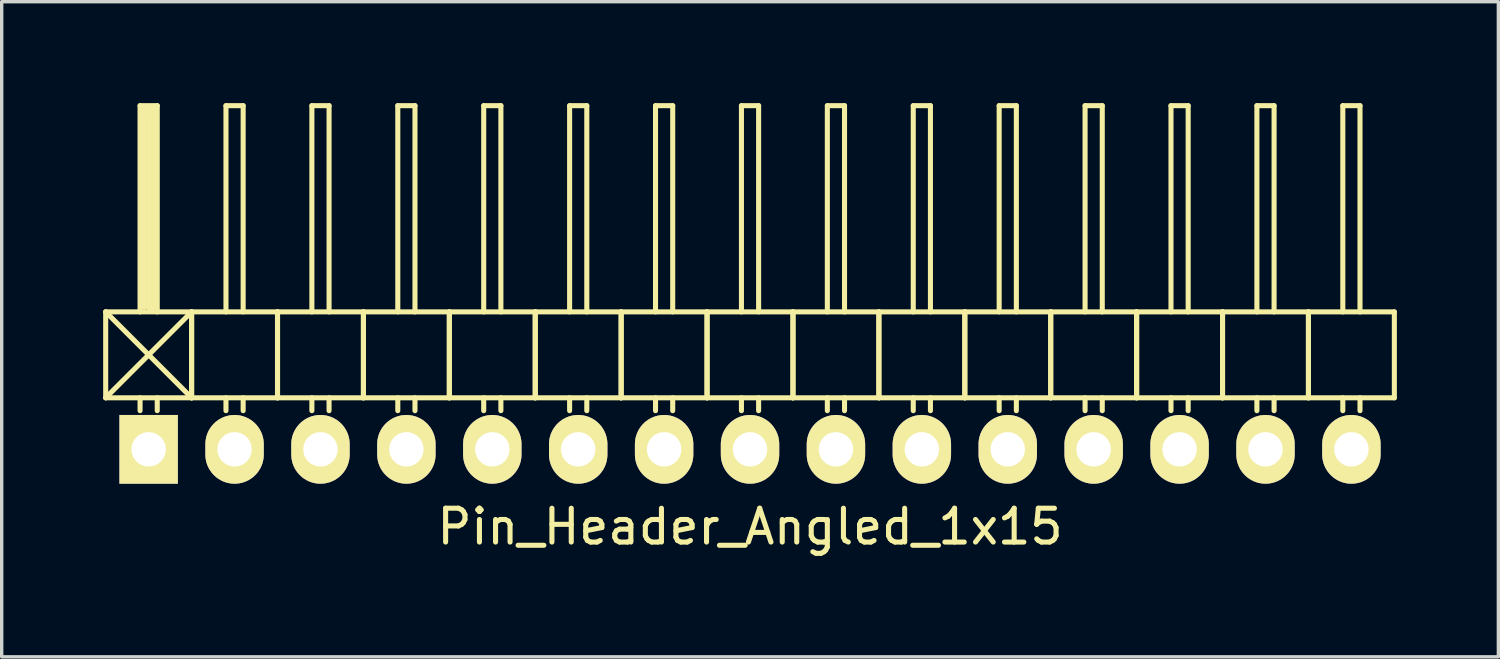
<source format=kicad_pcb>
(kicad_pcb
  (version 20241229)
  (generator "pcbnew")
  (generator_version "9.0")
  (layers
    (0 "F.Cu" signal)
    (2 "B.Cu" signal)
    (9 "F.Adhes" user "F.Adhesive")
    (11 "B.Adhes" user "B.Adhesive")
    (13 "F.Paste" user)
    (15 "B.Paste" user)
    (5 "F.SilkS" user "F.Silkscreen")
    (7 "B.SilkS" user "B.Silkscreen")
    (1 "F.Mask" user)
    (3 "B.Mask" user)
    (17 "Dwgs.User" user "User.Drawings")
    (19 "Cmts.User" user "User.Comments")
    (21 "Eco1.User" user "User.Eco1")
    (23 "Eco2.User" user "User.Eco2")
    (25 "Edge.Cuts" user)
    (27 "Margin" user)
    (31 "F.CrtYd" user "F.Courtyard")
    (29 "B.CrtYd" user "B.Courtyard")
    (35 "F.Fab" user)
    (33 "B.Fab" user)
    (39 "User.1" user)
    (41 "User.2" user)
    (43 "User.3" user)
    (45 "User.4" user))
  (footprint "Pin_Header_Angled_1x15"
    (layer "F.Cu")
    (at 19.125 10.235)
    (property "Reference" "Pin_Header_Angled_1x15" (at 0 2.286 0) (layer "F.SilkS") (effects (font (size 1 1) (thickness 0.15))))
    (attr through_hole)
    (fp_line (start -19.05 -4.064) (end -16.51 -1.524) (stroke (width 0.15) (type solid)) (layer "F.SilkS"))
    (fp_line (start -19.05 -1.524) (end -19.05 -4.064) (stroke (width 0.15) (type solid)) (layer "F.SilkS"))
    (fp_line (start -19.05 -1.524) (end -16.51 -1.524) (stroke (width 0.15) (type solid)) (layer "F.SilkS"))
    (fp_line (start -18.034 -10.16) (end -17.526 -10.16) (stroke (width 0.15) (type solid)) (layer "F.SilkS"))
    (fp_line (start -18.034 -4.064) (end -18.034 -10.16) (stroke (width 0.15) (type solid)) (layer "F.SilkS"))
    (fp_line (start -18.034 -1.524) (end -18.034 -1.143) (stroke (width 0.15) (type solid)) (layer "F.SilkS"))
    (fp_line (start -17.907 -10.033) (end -17.653 -10.033) (stroke (width 0.15) (type solid)) (layer "F.SilkS"))
    (fp_line (start -17.907 -4.191) (end -17.907 -10.033) (stroke (width 0.15) (type solid)) (layer "F.SilkS"))
    (fp_line (start -17.78 -4.191) (end -17.78 -10.033) (stroke (width 0.15) (type solid)) (layer "F.SilkS"))
    (fp_line (start -17.653 -10.033) (end -17.653 -4.191) (stroke (width 0.15) (type solid)) (layer "F.SilkS"))
    (fp_line (start -17.653 -4.191) (end -17.78 -4.191) (stroke (width 0.15) (type solid)) (layer "F.SilkS"))
    (fp_line (start -17.526 -10.16) (end -17.526 -4.064) (stroke (width 0.15) (type solid)) (layer "F.SilkS"))
    (fp_line (start -17.526 -1.524) (end -17.526 -1.143) (stroke (width 0.15) (type solid)) (layer "F.SilkS"))
    (fp_line (start -16.51 -4.064) (end -19.05 -4.064) (stroke (width 0.15) (type solid)) (layer "F.SilkS"))
    (fp_line (start -16.51 -4.064) (end -19.05 -1.524) (stroke (width 0.15) (type solid)) (layer "F.SilkS"))
    (fp_line (start -16.51 -1.524) (end -16.51 -4.064) (stroke (width 0.15) (type solid)) (layer "F.SilkS"))
    (fp_line (start -16.51 -1.524) (end -16.51 -4.064) (stroke (width 0.15) (type solid)) (layer "F.SilkS"))
    (fp_line (start -16.51 -1.524) (end -13.97 -1.524) (stroke (width 0.15) (type solid)) (layer "F.SilkS"))
    (fp_line (start -15.494 -10.16) (end -14.986 -10.16) (stroke (width 0.15) (type solid)) (layer "F.SilkS"))
    (fp_line (start -15.494 -4.064) (end -15.494 -10.16) (stroke (width 0.15) (type solid)) (layer "F.SilkS"))
    (fp_line (start -15.494 -1.524) (end -15.494 -1.143) (stroke (width 0.15) (type solid)) (layer "F.SilkS"))
    (fp_line (start -14.986 -10.16) (end -14.986 -4.064) (stroke (width 0.15) (type solid)) (layer "F.SilkS"))
    (fp_line (start -14.986 -1.524) (end -14.986 -1.143) (stroke (width 0.15) (type solid)) (layer "F.SilkS"))
    (fp_line (start -13.97 -4.064) (end -16.51 -4.064) (stroke (width 0.15) (type solid)) (layer "F.SilkS"))
    (fp_line (start -13.97 -1.524) (end -13.97 -4.064) (stroke (width 0.15) (type solid)) (layer "F.SilkS"))
    (fp_line (start -13.97 -1.524) (end -13.97 -4.064) (stroke (width 0.15) (type solid)) (layer "F.SilkS"))
    (fp_line (start -13.97 -1.524) (end -11.43 -1.524) (stroke (width 0.15) (type solid)) (layer "F.SilkS"))
    (fp_line (start -12.954 -10.16) (end -12.446 -10.16) (stroke (width 0.15) (type solid)) (layer "F.SilkS"))
    (fp_line (start -12.954 -4.064) (end -12.954 -10.16) (stroke (width 0.15) (type solid)) (layer "F.SilkS"))
    (fp_line (start -12.954 -1.524) (end -12.954 -1.143) (stroke (width 0.15) (type solid)) (layer "F.SilkS"))
    (fp_line (start -12.446 -10.16) (end -12.446 -4.064) (stroke (width 0.15) (type solid)) (layer "F.SilkS"))
    (fp_line (start -12.446 -1.524) (end -12.446 -1.143) (stroke (width 0.15) (type solid)) (layer "F.SilkS"))
    (fp_line (start -11.43 -4.064) (end -13.97 -4.064) (stroke (width 0.15) (type solid)) (layer "F.SilkS"))
    (fp_line (start -11.43 -1.524) (end -11.43 -4.064) (stroke (width 0.15) (type solid)) (layer "F.SilkS"))
    (fp_line (start -11.43 -1.524) (end -11.43 -4.064) (stroke (width 0.15) (type solid)) (layer "F.SilkS"))
    (fp_line (start -11.43 -1.524) (end -8.89 -1.524) (stroke (width 0.15) (type solid)) (layer "F.SilkS"))
    (fp_line (start -10.414 -10.16) (end -9.906 -10.16) (stroke (width 0.15) (type solid)) (layer "F.SilkS"))
    (fp_line (start -10.414 -4.064) (end -10.414 -10.16) (stroke (width 0.15) (type solid)) (layer "F.SilkS"))
    (fp_line (start -10.414 -1.524) (end -10.414 -1.143) (stroke (width 0.15) (type solid)) (layer "F.SilkS"))
    (fp_line (start -9.906 -10.16) (end -9.906 -4.064) (stroke (width 0.15) (type solid)) (layer "F.SilkS"))
    (fp_line (start -9.906 -1.524) (end -9.906 -1.143) (stroke (width 0.15) (type solid)) (layer "F.SilkS"))
    (fp_line (start -8.89 -4.064) (end -11.43 -4.064) (stroke (width 0.15) (type solid)) (layer "F.SilkS"))
    (fp_line (start -8.89 -1.524) (end -8.89 -4.064) (stroke (width 0.15) (type solid)) (layer "F.SilkS"))
    (fp_line (start -8.89 -1.524) (end -8.89 -4.064) (stroke (width 0.15) (type solid)) (layer "F.SilkS"))
    (fp_line (start -8.89 -1.524) (end -6.35 -1.524) (stroke (width 0.15) (type solid)) (layer "F.SilkS"))
    (fp_line (start -7.874 -10.16) (end -7.366 -10.16) (stroke (width 0.15) (type solid)) (layer "F.SilkS"))
    (fp_line (start -7.874 -4.064) (end -7.874 -10.16) (stroke (width 0.15) (type solid)) (layer "F.SilkS"))
    (fp_line (start -7.874 -1.524) (end -7.874 -1.143) (stroke (width 0.15) (type solid)) (layer "F.SilkS"))
    (fp_line (start -7.366 -10.16) (end -7.366 -4.064) (stroke (width 0.15) (type solid)) (layer "F.SilkS"))
    (fp_line (start -7.366 -1.524) (end -7.366 -1.143) (stroke (width 0.15) (type solid)) (layer "F.SilkS"))
    (fp_line (start -6.35 -4.064) (end -8.89 -4.064) (stroke (width 0.15) (type solid)) (layer "F.SilkS"))
    (fp_line (start -6.35 -1.524) (end -6.35 -4.064) (stroke (width 0.15) (type solid)) (layer "F.SilkS"))
    (fp_line (start -6.35 -1.524) (end -6.35 -4.064) (stroke (width 0.15) (type solid)) (layer "F.SilkS"))
    (fp_line (start -6.35 -1.524) (end -3.81 -1.524) (stroke (width 0.15) (type solid)) (layer "F.SilkS"))
    (fp_line (start -5.334 -10.16) (end -4.826 -10.16) (stroke (width 0.15) (type solid)) (layer "F.SilkS"))
    (fp_line (start -5.334 -4.064) (end -5.334 -10.16) (stroke (width 0.15) (type solid)) (layer "F.SilkS"))
    (fp_line (start -5.334 -1.524) (end -5.334 -1.143) (stroke (width 0.15) (type solid)) (layer "F.SilkS"))
    (fp_line (start -4.826 -10.16) (end -4.826 -4.064) (stroke (width 0.15) (type solid)) (layer "F.SilkS"))
    (fp_line (start -4.826 -1.524) (end -4.826 -1.143) (stroke (width 0.15) (type solid)) (layer "F.SilkS"))
    (fp_line (start -3.81 -4.064) (end -6.35 -4.064) (stroke (width 0.15) (type solid)) (layer "F.SilkS"))
    (fp_line (start -3.81 -1.524) (end -3.81 -4.064) (stroke (width 0.15) (type solid)) (layer "F.SilkS"))
    (fp_line (start -3.81 -1.524) (end -3.81 -4.064) (stroke (width 0.15) (type solid)) (layer "F.SilkS"))
    (fp_line (start -3.81 -1.524) (end -1.27 -1.524) (stroke (width 0.15) (type solid)) (layer "F.SilkS"))
    (fp_line (start -2.794 -10.16) (end -2.286 -10.16) (stroke (width 0.15) (type solid)) (layer "F.SilkS"))
    (fp_line (start -2.794 -4.064) (end -2.794 -10.16) (stroke (width 0.15) (type solid)) (layer "F.SilkS"))
    (fp_line (start -2.794 -1.524) (end -2.794 -1.143) (stroke (width 0.15) (type solid)) (layer "F.SilkS"))
    (fp_line (start -2.286 -10.16) (end -2.286 -4.064) (stroke (width 0.15) (type solid)) (layer "F.SilkS"))
    (fp_line (start -2.286 -1.524) (end -2.286 -1.143) (stroke (width 0.15) (type solid)) (layer "F.SilkS"))
    (fp_line (start -1.27 -4.064) (end -3.81 -4.064) (stroke (width 0.15) (type solid)) (layer "F.SilkS"))
    (fp_line (start -1.27 -1.524) (end -1.27 -4.064) (stroke (width 0.15) (type solid)) (layer "F.SilkS"))
    (fp_line (start -1.27 -1.524) (end -1.27 -4.064) (stroke (width 0.15) (type solid)) (layer "F.SilkS"))
    (fp_line (start -1.27 -1.524) (end 1.27 -1.524) (stroke (width 0.15) (type solid)) (layer "F.SilkS"))
    (fp_line (start -0.254 -10.16) (end 0.254 -10.16) (stroke (width 0.15) (type solid)) (layer "F.SilkS"))
    (fp_line (start -0.254 -4.064) (end -0.254 -10.16) (stroke (width 0.15) (type solid)) (layer "F.SilkS"))
    (fp_line (start -0.254 -1.524) (end -0.254 -1.143) (stroke (width 0.15) (type solid)) (layer "F.SilkS"))
    (fp_line (start 0.254 -10.16) (end 0.254 -4.064) (stroke (width 0.15) (type solid)) (layer "F.SilkS"))
    (fp_line (start 0.254 -1.524) (end 0.254 -1.143) (stroke (width 0.15) (type solid)) (layer "F.SilkS"))
    (fp_line (start 1.27 -4.064) (end -1.27 -4.064) (stroke (width 0.15) (type solid)) (layer "F.SilkS"))
    (fp_line (start 1.27 -1.524) (end 1.27 -4.064) (stroke (width 0.15) (type solid)) (layer "F.SilkS"))
    (fp_line (start 1.27 -1.524) (end 1.27 -4.064) (stroke (width 0.15) (type solid)) (layer "F.SilkS"))
    (fp_line (start 1.27 -1.524) (end 3.81 -1.524) (stroke (width 0.15) (type solid)) (layer "F.SilkS"))
    (fp_line (start 2.286 -10.16) (end 2.794 -10.16) (stroke (width 0.15) (type solid)) (layer "F.SilkS"))
    (fp_line (start 2.286 -4.064) (end 2.286 -10.16) (stroke (width 0.15) (type solid)) (layer "F.SilkS"))
    (fp_line (start 2.286 -1.524) (end 2.286 -1.143) (stroke (width 0.15) (type solid)) (layer "F.SilkS"))
    (fp_line (start 2.794 -10.16) (end 2.794 -4.064) (stroke (width 0.15) (type solid)) (layer "F.SilkS"))
    (fp_line (start 2.794 -1.524) (end 2.794 -1.143) (stroke (width 0.15) (type solid)) (layer "F.SilkS"))
    (fp_line (start 3.81 -4.064) (end 1.27 -4.064) (stroke (width 0.15) (type solid)) (layer "F.SilkS"))
    (fp_line (start 3.81 -1.524) (end 3.81 -4.064) (stroke (width 0.15) (type solid)) (layer "F.SilkS"))
    (fp_line (start 3.81 -1.524) (end 3.81 -4.064) (stroke (width 0.15) (type solid)) (layer "F.SilkS"))
    (fp_line (start 3.81 -1.524) (end 6.35 -1.524) (stroke (width 0.15) (type solid)) (layer "F.SilkS"))
    (fp_line (start 4.826 -10.16) (end 5.334 -10.16) (stroke (width 0.15) (type solid)) (layer "F.SilkS"))
    (fp_line (start 4.826 -4.064) (end 4.826 -10.16) (stroke (width 0.15) (type solid)) (layer "F.SilkS"))
    (fp_line (start 4.826 -1.524) (end 4.826 -1.143) (stroke (width 0.15) (type solid)) (layer "F.SilkS"))
    (fp_line (start 5.334 -10.16) (end 5.334 -4.064) (stroke (width 0.15) (type solid)) (layer "F.SilkS"))
    (fp_line (start 5.334 -1.524) (end 5.334 -1.143) (stroke (width 0.15) (type solid)) (layer "F.SilkS"))
    (fp_line (start 6.35 -4.064) (end 3.81 -4.064) (stroke (width 0.15) (type solid)) (layer "F.SilkS"))
    (fp_line (start 6.35 -1.524) (end 6.35 -4.064) (stroke (width 0.15) (type solid)) (layer "F.SilkS"))
    (fp_line (start 6.35 -1.524) (end 6.35 -4.064) (stroke (width 0.15) (type solid)) (layer "F.SilkS"))
    (fp_line (start 6.35 -1.524) (end 8.89 -1.524) (stroke (width 0.15) (type solid)) (layer "F.SilkS"))
    (fp_line (start 7.366 -10.16) (end 7.874 -10.16) (stroke (width 0.15) (type solid)) (layer "F.SilkS"))
    (fp_line (start 7.366 -4.064) (end 7.366 -10.16) (stroke (width 0.15) (type solid)) (layer "F.SilkS"))
    (fp_line (start 7.366 -1.524) (end 7.366 -1.143) (stroke (width 0.15) (type solid)) (layer "F.SilkS"))
    (fp_line (start 7.874 -10.16) (end 7.874 -4.064) (stroke (width 0.15) (type solid)) (layer "F.SilkS"))
    (fp_line (start 7.874 -1.524) (end 7.874 -1.143) (stroke (width 0.15) (type solid)) (layer "F.SilkS"))
    (fp_line (start 8.89 -4.064) (end 6.35 -4.064) (stroke (width 0.15) (type solid)) (layer "F.SilkS"))
    (fp_line (start 8.89 -1.524) (end 8.89 -4.064) (stroke (width 0.15) (type solid)) (layer "F.SilkS"))
    (fp_line (start 8.89 -1.524) (end 8.89 -4.064) (stroke (width 0.15) (type solid)) (layer "F.SilkS"))
    (fp_line (start 8.89 -1.524) (end 11.43 -1.524) (stroke (width 0.15) (type solid)) (layer "F.SilkS"))
    (fp_line (start 9.906 -10.16) (end 10.414 -10.16) (stroke (width 0.15) (type solid)) (layer "F.SilkS"))
    (fp_line (start 9.906 -4.064) (end 9.906 -10.16) (stroke (width 0.15) (type solid)) (layer "F.SilkS"))
    (fp_line (start 9.906 -1.524) (end 9.906 -1.143) (stroke (width 0.15) (type solid)) (layer "F.SilkS"))
    (fp_line (start 10.414 -10.16) (end 10.414 -4.064) (stroke (width 0.15) (type solid)) (layer "F.SilkS"))
    (fp_line (start 10.414 -1.524) (end 10.414 -1.143) (stroke (width 0.15) (type solid)) (layer "F.SilkS"))
    (fp_line (start 11.43 -4.064) (end 8.89 -4.064) (stroke (width 0.15) (type solid)) (layer "F.SilkS"))
    (fp_line (start 11.43 -1.524) (end 11.43 -4.064) (stroke (width 0.15) (type solid)) (layer "F.SilkS"))
    (fp_line (start 11.43 -1.524) (end 11.43 -4.064) (stroke (width 0.15) (type solid)) (layer "F.SilkS"))
    (fp_line (start 11.43 -1.524) (end 13.97 -1.524) (stroke (width 0.15) (type solid)) (layer "F.SilkS"))
    (fp_line (start 12.446 -10.16) (end 12.954 -10.16) (stroke (width 0.15) (type solid)) (layer "F.SilkS"))
    (fp_line (start 12.446 -4.064) (end 12.446 -10.16) (stroke (width 0.15) (type solid)) (layer "F.SilkS"))
    (fp_line (start 12.446 -1.524) (end 12.446 -1.143) (stroke (width 0.15) (type solid)) (layer "F.SilkS"))
    (fp_line (start 12.954 -10.16) (end 12.954 -4.064) (stroke (width 0.15) (type solid)) (layer "F.SilkS"))
    (fp_line (start 12.954 -1.524) (end 12.954 -1.143) (stroke (width 0.15) (type solid)) (layer "F.SilkS"))
    (fp_line (start 13.97 -4.064) (end 11.43 -4.064) (stroke (width 0.15) (type solid)) (layer "F.SilkS"))
    (fp_line (start 13.97 -1.524) (end 13.97 -4.064) (stroke (width 0.15) (type solid)) (layer "F.SilkS"))
    (fp_line (start 13.97 -1.524) (end 13.97 -4.064) (stroke (width 0.15) (type solid)) (layer "F.SilkS"))
    (fp_line (start 13.97 -1.524) (end 16.51 -1.524) (stroke (width 0.15) (type solid)) (layer "F.SilkS"))
    (fp_line (start 14.986 -10.16) (end 15.494 -10.16) (stroke (width 0.15) (type solid)) (layer "F.SilkS"))
    (fp_line (start 14.986 -4.064) (end 14.986 -10.16) (stroke (width 0.15) (type solid)) (layer "F.SilkS"))
    (fp_line (start 14.986 -1.524) (end 14.986 -1.143) (stroke (width 0.15) (type solid)) (layer "F.SilkS"))
    (fp_line (start 15.494 -10.16) (end 15.494 -4.064) (stroke (width 0.15) (type solid)) (layer "F.SilkS"))
    (fp_line (start 15.494 -1.524) (end 15.494 -1.143) (stroke (width 0.15) (type solid)) (layer "F.SilkS"))
    (fp_line (start 16.51 -4.064) (end 13.97 -4.064) (stroke (width 0.15) (type solid)) (layer "F.SilkS"))
    (fp_line (start 16.51 -1.524) (end 16.51 -4.064) (stroke (width 0.15) (type solid)) (layer "F.SilkS"))
    (fp_line (start 16.51 -1.524) (end 16.51 -4.064) (stroke (width 0.15) (type solid)) (layer "F.SilkS"))
    (fp_line (start 16.51 -1.524) (end 19.05 -1.524) (stroke (width 0.15) (type solid)) (layer "F.SilkS"))
    (fp_line (start 17.526 -10.16) (end 18.034 -10.16) (stroke (width 0.15) (type solid)) (layer "F.SilkS"))
    (fp_line (start 17.526 -4.064) (end 17.526 -10.16) (stroke (width 0.15) (type solid)) (layer "F.SilkS"))
    (fp_line (start 17.526 -1.524) (end 17.526 -1.143) (stroke (width 0.15) (type solid)) (layer "F.SilkS"))
    (fp_line (start 18.034 -10.16) (end 18.034 -4.064) (stroke (width 0.15) (type solid)) (layer "F.SilkS"))
    (fp_line (start 18.034 -1.524) (end 18.034 -1.143) (stroke (width 0.15) (type solid)) (layer "F.SilkS"))
    (fp_line (start 19.05 -4.064) (end 16.51 -4.064) (stroke (width 0.15) (type solid)) (layer "F.SilkS"))
    (fp_line (start 19.05 -1.524) (end 19.05 -4.064) (stroke (width 0.15) (type solid)) (layer "F.SilkS"))
    (pad "1" thru_hole rect (at -17.78 0) (size 1.727 2.032) (drill 1.016) (layers "*.Cu" "*.Mask" "F.SilkS"))
    (pad "2" thru_hole oval (at -15.24 0) (size 1.727 2.032) (drill 1.016) (layers "*.Cu" "*.Mask" "F.SilkS"))
    (pad "3" thru_hole oval (at -12.7 0) (size 1.727 2.032) (drill 1.016) (layers "*.Cu" "*.Mask" "F.SilkS"))
    (pad "4" thru_hole oval (at -10.16 0) (size 1.727 2.032) (drill 1.016) (layers "*.Cu" "*.Mask" "F.SilkS"))
    (pad "5" thru_hole oval (at -7.62 0) (size 1.727 2.032) (drill 1.016) (layers "*.Cu" "*.Mask" "F.SilkS"))
    (pad "6" thru_hole oval (at -5.08 0) (size 1.727 2.032) (drill 1.016) (layers "*.Cu" "*.Mask" "F.SilkS"))
    (pad "7" thru_hole oval (at -2.54 0) (size 1.727 2.032) (drill 1.016) (layers "*.Cu" "*.Mask" "F.SilkS"))
    (pad "8" thru_hole oval (at 0 0) (size 1.727 2.032) (drill 1.016) (layers "*.Cu" "*.Mask" "F.SilkS"))
    (pad "9" thru_hole oval (at 2.54 0) (size 1.727 2.032) (drill 1.016) (layers "*.Cu" "*.Mask" "F.SilkS"))
    (pad "10" thru_hole oval (at 5.08 0) (size 1.727 2.032) (drill 1.016) (layers "*.Cu" "*.Mask" "F.SilkS"))
    (pad "11" thru_hole oval (at 7.62 0) (size 1.727 2.032) (drill 1.016) (layers "*.Cu" "*.Mask" "F.SilkS"))
    (pad "12" thru_hole oval (at 10.16 0) (size 1.727 2.032) (drill 1.016) (layers "*.Cu" "*.Mask" "F.SilkS"))
    (pad "13" thru_hole oval (at 12.7 0) (size 1.727 2.032) (drill 1.016) (layers "*.Cu" "*.Mask" "F.SilkS"))
    (pad "14" thru_hole oval (at 15.24 0) (size 1.727 2.032) (drill 1.016) (layers "*.Cu" "*.Mask" "F.SilkS"))
    (pad "15" thru_hole oval (at 17.78 0) (size 1.727 2.032) (drill 1.016) (layers "*.Cu" "*.Mask" "F.SilkS")))
  (gr_rect
    (start -3 -3)
    (end 41.25 16.369)
    (stroke (width 0.1) (type default))
    (fill no)
    (layer "Edge.Cuts")))
</source>
